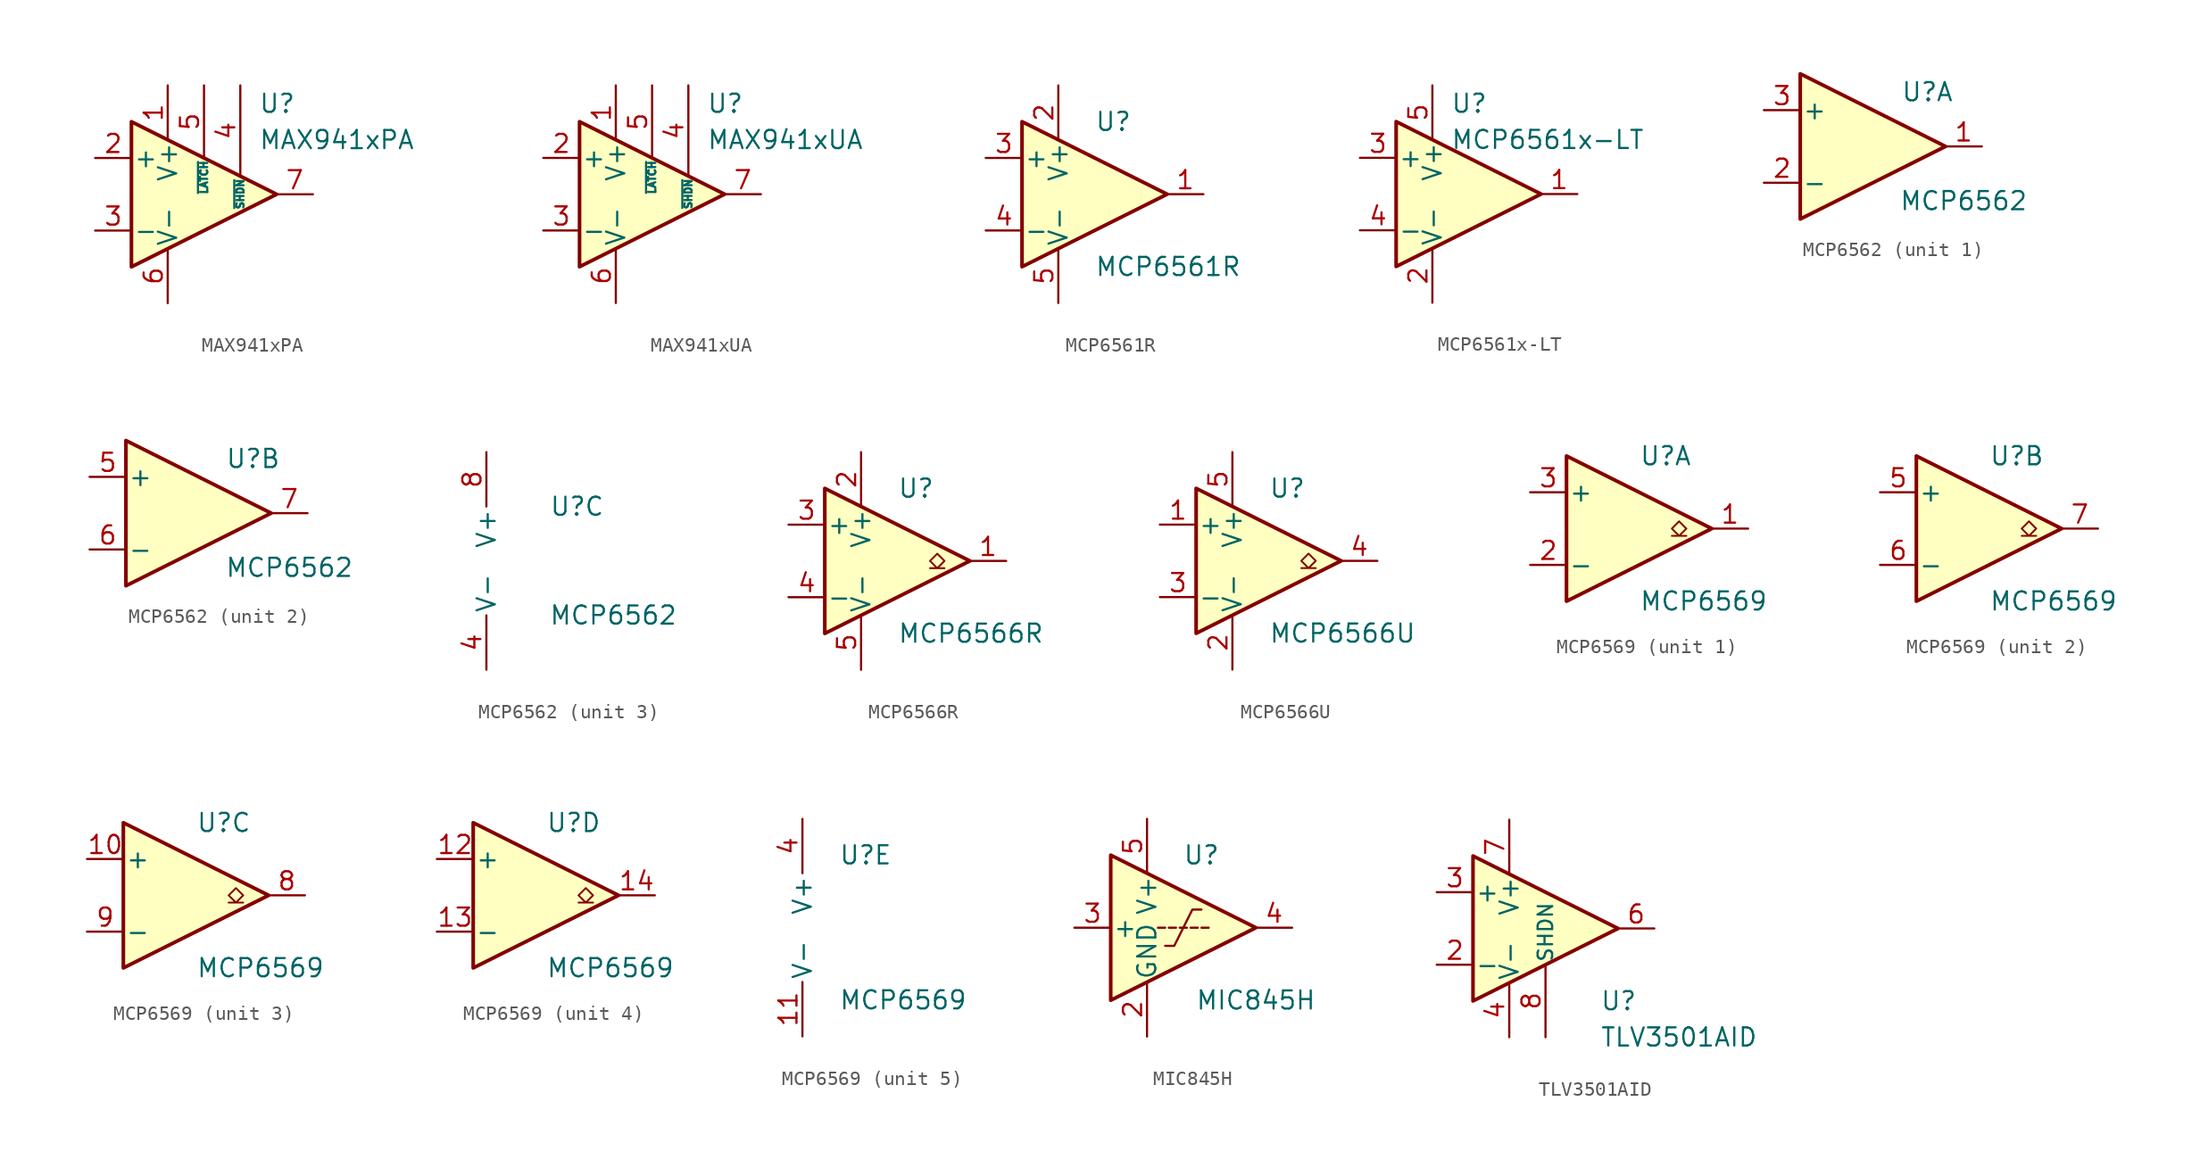
<source format=kicad_sym>
(kicad_symbol_lib
  (version 20231120)
  (generator "kicad_symbol_editor")
  (generator_version "8.0")
  (symbol "MAX941xPA"
    (pin_names
      (offset 0.127))
    (property "Reference" "U"
      (at 3.81 6.35 0)
      (effects (font (size 1.27 1.27)) (justify left)))
    (property "Value" "MAX941xPA"
      (at 3.81 3.81 0)
      (effects (font (size 1.27 1.27)) (justify left)))
    (symbol "MAX941xPA_0_1"
      (polyline (pts (xy -5.08 5.08) (xy -5.08 -5.08) (xy 5.08 0) (xy -5.08 5.08)) (stroke (width 0.254) (type default)) (fill (type background))))
    (symbol "MAX941xPA_1_1"
      (pin power_in line (at -2.54 7.62 270) (length 3.81) (name "V+" (effects (font (size 1.27 1.27)))) (number "1" (effects (font (size 1.27 1.27)))))
      (pin input line (at -7.62 2.54 0) (length 2.54) (name "+" (effects (font (size 1.27 1.27)))) (number "2" (effects (font (size 1.27 1.27)))))
      (pin input line (at -7.62 -2.54 0) (length 2.54) (name "-" (effects (font (size 1.27 1.27)))) (number "3" (effects (font (size 1.27 1.27)))))
      (pin input line (at 2.54 7.62 270) (length 6.35) (name "~{SHDN}" (effects (font (size 0.508 0.508)))) (number "4" (effects (font (size 1.27 1.27)))))
      (pin input line (at 0 7.62 270) (length 5.08) (name "~{LATCH}" (effects (font (size 0.508 0.508)))) (number "5" (effects (font (size 1.27 1.27)))))
      (pin power_in line (at -2.54 -7.62 90) (length 3.81) (name "V-" (effects (font (size 1.27 1.27)))) (number "6" (effects (font (size 1.27 1.27)))))
      (pin output line (at 7.62 0 180) (length 2.54) (name "~" (effects (font (size 1.27 1.27)))) (number "7" (effects (font (size 1.27 1.27)))))
      (pin no_connect line (at 0 -2.54 90) (length 2.54) hide (name "NC" (effects (font (size 0.508 0.508)))) (number "8" (effects (font (size 1.27 1.27)))))))
  (symbol "MAX941xUA"
    (pin_names
      (offset 0.127))
    (property "Reference" "U"
      (at 3.81 6.35 0)
      (effects (font (size 1.27 1.27)) (justify left)))
    (property "Value" "MAX941xUA"
      (at 3.81 3.81 0)
      (effects (font (size 1.27 1.27)) (justify left)))
    (symbol "MAX941xUA_0_1"
      (polyline (pts (xy -5.08 5.08) (xy -5.08 -5.08) (xy 5.08 0) (xy -5.08 5.08)) (stroke (width 0.254) (type default)) (fill (type background))))
    (symbol "MAX941xUA_1_1"
      (pin power_in line (at -2.54 7.62 270) (length 3.81) (name "V+" (effects (font (size 1.27 1.27)))) (number "1" (effects (font (size 1.27 1.27)))))
      (pin input line (at -7.62 2.54 0) (length 2.54) (name "+" (effects (font (size 1.27 1.27)))) (number "2" (effects (font (size 1.27 1.27)))))
      (pin input line (at -7.62 -2.54 0) (length 2.54) (name "-" (effects (font (size 1.27 1.27)))) (number "3" (effects (font (size 1.27 1.27)))))
      (pin input line (at 2.54 7.62 270) (length 6.35) (name "~{SHDN}" (effects (font (size 0.508 0.508)))) (number "4" (effects (font (size 1.27 1.27)))))
      (pin input line (at 0 7.62 270) (length 5.08) (name "~{LATCH}" (effects (font (size 0.508 0.508)))) (number "5" (effects (font (size 1.27 1.27)))))
      (pin power_in line (at -2.54 -7.62 90) (length 3.81) (name "V-" (effects (font (size 1.27 1.27)))) (number "6" (effects (font (size 1.27 1.27)))))
      (pin output line (at 7.62 0 180) (length 2.54) (name "~" (effects (font (size 1.27 1.27)))) (number "7" (effects (font (size 1.27 1.27)))))
      (pin no_connect line (at 0 -2.54 90) (length 2.54) hide (name "NC" (effects (font (size 0.508 0.508)))) (number "8" (effects (font (size 1.27 1.27)))))))
  (symbol "MCP6561R"
    (pin_names
      (offset 0.127))
    (property "Reference" "U"
      (at 0 5.08 0)
      (effects (font (size 1.27 1.27)) (justify left)))
    (property "Value" "MCP6561R"
      (at 0 -5.08 0)
      (effects (font (size 1.27 1.27)) (justify left)))
    (symbol "MCP6561R_0_1"
      (polyline (pts (xy -5.08 5.08) (xy 5.08 0) (xy -5.08 -5.08) (xy -5.08 5.08)) (stroke (width 0.254) (type default)) (fill (type background)))
      (pin power_in line (at -2.54 7.62 270) (length 3.81) (name "V+" (effects (font (size 1.27 1.27)))) (number "2" (effects (font (size 1.27 1.27)))))
      (pin power_in line (at -2.54 -7.62 90) (length 3.81) (name "V-" (effects (font (size 1.27 1.27)))) (number "5" (effects (font (size 1.27 1.27))))))
    (symbol "MCP6561R_1_1"
      (pin output line (at 7.62 0 180) (length 2.54) (name "~" (effects (font (size 1.27 1.27)))) (number "1" (effects (font (size 1.27 1.27)))))
      (pin input line (at -7.62 2.54 0) (length 2.54) (name "+" (effects (font (size 1.27 1.27)))) (number "3" (effects (font (size 1.27 1.27)))))
      (pin input line (at -7.62 -2.54 0) (length 2.54) (name "-" (effects (font (size 1.27 1.27)))) (number "4" (effects (font (size 1.27 1.27)))))))
  (symbol "MCP6561x-LT"
    (pin_names
      (offset 0.127))
    (property "Reference" "U"
      (at -1.27 6.35 0)
      (effects (font (size 1.27 1.27)) (justify left)))
    (property "Value" "MCP6561x-LT"
      (at -1.27 3.81 0)
      (effects (font (size 1.27 1.27)) (justify left)))
    (symbol "MCP6561x-LT_0_1"
      (polyline (pts (xy -5.08 5.08) (xy 5.08 0) (xy -5.08 -5.08) (xy -5.08 5.08)) (stroke (width 0.254) (type default)) (fill (type background)))
      (pin power_in line (at -2.54 -7.62 90) (length 3.81) (name "V-" (effects (font (size 1.27 1.27)))) (number "2" (effects (font (size 1.27 1.27)))))
      (pin power_in line (at -2.54 7.62 270) (length 3.81) (name "V+" (effects (font (size 1.27 1.27)))) (number "5" (effects (font (size 1.27 1.27))))))
    (symbol "MCP6561x-LT_1_1"
      (pin output line (at 7.62 0 180) (length 2.54) (name "~" (effects (font (size 1.27 1.27)))) (number "1" (effects (font (size 1.27 1.27)))))
      (pin input line (at -7.62 2.54 0) (length 2.54) (name "+" (effects (font (size 1.27 1.27)))) (number "3" (effects (font (size 1.27 1.27)))))
      (pin input line (at -7.62 -2.54 0) (length 2.54) (name "-" (effects (font (size 1.27 1.27)))) (number "4" (effects (font (size 1.27 1.27)))))))
  (symbol "MCP6562"
    (pin_names
      (offset 0.127))
    (property "Reference" "U"
      (at 3.81 3.81 0)
      (effects (font (size 1.27 1.27))))
    (property "Value" "MCP6562"
      (at 6.35 -3.81 0)
      (effects (font (size 1.27 1.27))))
    (property "ki_locked" ""
      (at 0 0 0)
      (effects (font (size 1.27 1.27))))
    (symbol "MCP6562_1_1"
      (polyline (pts (xy -5.08 5.08) (xy 5.08 0) (xy -5.08 -5.08) (xy -5.08 5.08)) (stroke (width 0.254) (type default)) (fill (type background)))
      (pin output line (at 7.62 0 180) (length 2.54) (name "~" (effects (font (size 1.27 1.27)))) (number "1" (effects (font (size 1.27 1.27)))))
      (pin input line (at -7.62 -2.54 0) (length 2.54) (name "-" (effects (font (size 1.27 1.27)))) (number "2" (effects (font (size 1.27 1.27)))))
      (pin input line (at -7.62 2.54 0) (length 2.54) (name "+" (effects (font (size 1.27 1.27)))) (number "3" (effects (font (size 1.27 1.27))))))
    (symbol "MCP6562_2_1"
      (polyline (pts (xy -5.08 5.08) (xy 5.08 0) (xy -5.08 -5.08) (xy -5.08 5.08)) (stroke (width 0.254) (type default)) (fill (type background)))
      (pin input line (at -7.62 2.54 0) (length 2.54) (name "+" (effects (font (size 1.27 1.27)))) (number "5" (effects (font (size 1.27 1.27)))))
      (pin input line (at -7.62 -2.54 0) (length 2.54) (name "-" (effects (font (size 1.27 1.27)))) (number "6" (effects (font (size 1.27 1.27)))))
      (pin output line (at 7.62 0 180) (length 2.54) (name "~" (effects (font (size 1.27 1.27)))) (number "7" (effects (font (size 1.27 1.27))))))
    (symbol "MCP6562_3_1"
      (pin power_in line (at -2.54 -7.62 90) (length 3.81) (name "V-" (effects (font (size 1.27 1.27)))) (number "4" (effects (font (size 1.27 1.27)))))
      (pin power_in line (at -2.54 7.62 270) (length 3.81) (name "V+" (effects (font (size 1.27 1.27)))) (number "8" (effects (font (size 1.27 1.27)))))))
  (symbol "MCP6566R"
    (pin_names
      (offset 0.127))
    (property "Reference" "U"
      (at 0 5.08 0)
      (effects (font (size 1.27 1.27)) (justify left)))
    (property "Value" "MCP6566R"
      (at 0 -5.08 0)
      (effects (font (size 1.27 1.27)) (justify left)))
    (symbol "MCP6566R_0_1"
      (polyline (pts (xy -5.08 5.08) (xy 5.08 0) (xy -5.08 -5.08) (xy -5.08 5.08)) (stroke (width 0.254) (type default)) (fill (type background)))
      (polyline (pts (xy 3.302 -0.508) (xy 2.794 -0.508) (xy 3.302 0) (xy 2.794 0.508) (xy 2.286 0) (xy 2.794 -0.508) (xy 2.286 -0.508)) (stroke (width 0.127) (type default)) (fill (type none)))
      (pin power_in line (at -2.54 7.62 270) (length 3.81) (name "V+" (effects (font (size 1.27 1.27)))) (number "2" (effects (font (size 1.27 1.27)))))
      (pin power_in line (at -2.54 -7.62 90) (length 3.81) (name "V-" (effects (font (size 1.27 1.27)))) (number "5" (effects (font (size 1.27 1.27))))))
    (symbol "MCP6566R_1_1"
      (pin open_collector line (at 7.62 0 180) (length 2.54) (name "~" (effects (font (size 1.27 1.27)))) (number "1" (effects (font (size 1.27 1.27)))))
      (pin input line (at -7.62 2.54 0) (length 2.54) (name "+" (effects (font (size 1.27 1.27)))) (number "3" (effects (font (size 1.27 1.27)))))
      (pin input line (at -7.62 -2.54 0) (length 2.54) (name "-" (effects (font (size 1.27 1.27)))) (number "4" (effects (font (size 1.27 1.27)))))))
  (symbol "MCP6566U"
    (pin_names
      (offset 0.127))
    (property "Reference" "U"
      (at 0 5.08 0)
      (effects (font (size 1.27 1.27)) (justify left)))
    (property "Value" "MCP6566U"
      (at 0 -5.08 0)
      (effects (font (size 1.27 1.27)) (justify left)))
    (symbol "MCP6566U_0_1"
      (polyline (pts (xy -5.08 5.08) (xy 5.08 0) (xy -5.08 -5.08) (xy -5.08 5.08)) (stroke (width 0.254) (type default)) (fill (type background)))
      (polyline (pts (xy 3.302 -0.508) (xy 2.794 -0.508) (xy 3.302 0) (xy 2.794 0.508) (xy 2.286 0) (xy 2.794 -0.508) (xy 2.286 -0.508)) (stroke (width 0.127) (type default)) (fill (type none)))
      (pin power_in line (at -2.54 -7.62 90) (length 3.81) (name "V-" (effects (font (size 1.27 1.27)))) (number "2" (effects (font (size 1.27 1.27)))))
      (pin power_in line (at -2.54 7.62 270) (length 3.81) (name "V+" (effects (font (size 1.27 1.27)))) (number "5" (effects (font (size 1.27 1.27))))))
    (symbol "MCP6566U_1_1"
      (pin input line (at -7.62 2.54 0) (length 2.54) (name "+" (effects (font (size 1.27 1.27)))) (number "1" (effects (font (size 1.27 1.27)))))
      (pin input line (at -7.62 -2.54 0) (length 2.54) (name "-" (effects (font (size 1.27 1.27)))) (number "3" (effects (font (size 1.27 1.27)))))
      (pin open_collector line (at 7.62 0 180) (length 2.54) (name "~" (effects (font (size 1.27 1.27)))) (number "4" (effects (font (size 1.27 1.27)))))))
  (symbol "MCP6569"
    (pin_names
      (offset 0.127))
    (property "Reference" "U"
      (at 0 5.08 0)
      (effects (font (size 1.27 1.27)) (justify left)))
    (property "Value" "MCP6569"
      (at 0 -5.08 0)
      (effects (font (size 1.27 1.27)) (justify left)))
    (property "ki_locked" ""
      (at 0 0 0)
      (effects (font (size 1.27 1.27))))
    (symbol "MCP6569_1_1"
      (polyline (pts (xy -5.08 5.08) (xy 5.08 0) (xy -5.08 -5.08) (xy -5.08 5.08)) (stroke (width 0.254) (type default)) (fill (type background)))
      (polyline (pts (xy 3.302 -0.508) (xy 2.794 -0.508) (xy 3.302 0) (xy 2.794 0.508) (xy 2.286 0) (xy 2.794 -0.508) (xy 2.286 -0.508)) (stroke (width 0.127) (type default)) (fill (type none)))
      (pin open_collector line (at 7.62 0 180) (length 2.54) (name "~" (effects (font (size 1.27 1.27)))) (number "1" (effects (font (size 1.27 1.27)))))
      (pin input line (at -7.62 -2.54 0) (length 2.54) (name "-" (effects (font (size 1.27 1.27)))) (number "2" (effects (font (size 1.27 1.27)))))
      (pin input line (at -7.62 2.54 0) (length 2.54) (name "+" (effects (font (size 1.27 1.27)))) (number "3" (effects (font (size 1.27 1.27))))))
    (symbol "MCP6569_2_1"
      (polyline (pts (xy -5.08 5.08) (xy 5.08 0) (xy -5.08 -5.08) (xy -5.08 5.08)) (stroke (width 0.254) (type default)) (fill (type background)))
      (polyline (pts (xy 3.302 -0.508) (xy 2.794 -0.508) (xy 3.302 0) (xy 2.794 0.508) (xy 2.286 0) (xy 2.794 -0.508) (xy 2.286 -0.508)) (stroke (width 0.127) (type default)) (fill (type none)))
      (pin input line (at -7.62 2.54 0) (length 2.54) (name "+" (effects (font (size 1.27 1.27)))) (number "5" (effects (font (size 1.27 1.27)))))
      (pin input line (at -7.62 -2.54 0) (length 2.54) (name "-" (effects (font (size 1.27 1.27)))) (number "6" (effects (font (size 1.27 1.27)))))
      (pin open_collector line (at 7.62 0 180) (length 2.54) (name "~" (effects (font (size 1.27 1.27)))) (number "7" (effects (font (size 1.27 1.27))))))
    (symbol "MCP6569_3_1"
      (polyline (pts (xy -5.08 5.08) (xy 5.08 0) (xy -5.08 -5.08) (xy -5.08 5.08)) (stroke (width 0.254) (type default)) (fill (type background)))
      (polyline (pts (xy 3.302 -0.508) (xy 2.794 -0.508) (xy 3.302 0) (xy 2.794 0.508) (xy 2.286 0) (xy 2.794 -0.508) (xy 2.286 -0.508)) (stroke (width 0.127) (type default)) (fill (type none)))
      (pin input line (at -7.62 2.54 0) (length 2.54) (name "+" (effects (font (size 1.27 1.27)))) (number "10" (effects (font (size 1.27 1.27)))))
      (pin open_collector line (at 7.62 0 180) (length 2.54) (name "~" (effects (font (size 1.27 1.27)))) (number "8" (effects (font (size 1.27 1.27)))))
      (pin input line (at -7.62 -2.54 0) (length 2.54) (name "-" (effects (font (size 1.27 1.27)))) (number "9" (effects (font (size 1.27 1.27))))))
    (symbol "MCP6569_4_1"
      (polyline (pts (xy -5.08 5.08) (xy 5.08 0) (xy -5.08 -5.08) (xy -5.08 5.08)) (stroke (width 0.254) (type default)) (fill (type background)))
      (polyline (pts (xy 3.302 -0.508) (xy 2.794 -0.508) (xy 3.302 0) (xy 2.794 0.508) (xy 2.286 0) (xy 2.794 -0.508) (xy 2.286 -0.508)) (stroke (width 0.127) (type default)) (fill (type none)))
      (pin input line (at -7.62 2.54 0) (length 2.54) (name "+" (effects (font (size 1.27 1.27)))) (number "12" (effects (font (size 1.27 1.27)))))
      (pin input line (at -7.62 -2.54 0) (length 2.54) (name "-" (effects (font (size 1.27 1.27)))) (number "13" (effects (font (size 1.27 1.27)))))
      (pin open_collector line (at 7.62 0 180) (length 2.54) (name "~" (effects (font (size 1.27 1.27)))) (number "14" (effects (font (size 1.27 1.27))))))
    (symbol "MCP6569_5_1"
      (pin power_in line (at -2.54 -7.62 90) (length 3.81) (name "V-" (effects (font (size 1.27 1.27)))) (number "11" (effects (font (size 1.27 1.27)))))
      (pin power_in line (at -2.54 7.62 270) (length 3.81) (name "V+" (effects (font (size 1.27 1.27)))) (number "4" (effects (font (size 1.27 1.27)))))))
  (symbol "MIC845H"
    (pin_names
      (offset 0.127))
    (property "Reference" "U"
      (at 3.81 5.08 0)
      (effects (font (size 1.27 1.27))))
    (property "Value" "MIC845H"
      (at 7.62 -5.08 0)
      (effects (font (size 1.27 1.27))))
    (symbol "MIC845H_0_1"
      (polyline (pts (xy 1.27 0) (xy 0.762 0)) (stroke (width 0) (type default)) (fill (type none)))
      (polyline (pts (xy 2.032 0) (xy 1.524 0)) (stroke (width 0) (type default)) (fill (type none)))
      (polyline (pts (xy 2.286 0) (xy 2.794 0)) (stroke (width 0) (type default)) (fill (type none)))
      (polyline (pts (xy 3.048 0) (xy 3.556 0)) (stroke (width 0) (type default)) (fill (type none)))
      (polyline (pts (xy 3.81 0) (xy 4.318 0)) (stroke (width 0) (type default)) (fill (type none)))
      (polyline (pts (xy -2.54 5.08) (xy 7.62 0) (xy -2.54 -5.08) (xy -2.54 5.08)) (stroke (width 0.254) (type default)) (fill (type background)))
      (polyline (pts (xy 1.27 -1.27) (xy 1.905 -1.27) (xy 3.175 1.27) (xy 3.81 1.27)) (stroke (width 0) (type default)) (fill (type none))))
    (symbol "MIC845H_1_1"
      (pin no_connect line (at -2.54 0 0) (length 2.54) hide (name "NIC" (effects (font (size 1.27 1.27)))) (number "1" (effects (font (size 1.27 1.27)))))
      (pin power_in line (at 0 -7.62 90) (length 3.81) (name "GND" (effects (font (size 1.27 1.27)))) (number "2" (effects (font (size 1.27 1.27)))))
      (pin input line (at -5.08 0 0) (length 2.54) (name "+" (effects (font (size 1.27 1.27)))) (number "3" (effects (font (size 1.27 1.27)))))
      (pin output line (at 10.16 0 180) (length 2.54) (name "~" (effects (font (size 1.27 1.27)))) (number "4" (effects (font (size 1.27 1.27)))))
      (pin power_in line (at 0 7.62 270) (length 3.81) (name "V+" (effects (font (size 1.27 1.27)))) (number "5" (effects (font (size 1.27 1.27)))))))
  (symbol "TLV3501AID"
    (pin_names
      (offset 0.127))
    (property "Reference" "U"
      (at 3.81 -5.08 0)
      (effects (font (size 1.27 1.27)) (justify left)))
    (property "Value" "TLV3501AID"
      (at 3.81 -7.62 0)
      (effects (font (size 1.27 1.27)) (justify left)))
    (symbol "TLV3501AID_1_1"
      (polyline (pts (xy -5.08 5.08) (xy 5.08 0) (xy -5.08 -5.08) (xy -5.08 5.08)) (stroke (width 0.254) (type default)) (fill (type background)))
      (pin no_connect line (at -5.08 5.08 180) (length 0) hide (name "NC" (effects (font (size 1.27 1.27)))) (number "1" (effects (font (size 1.27 1.27)))))
      (pin input line (at -7.62 -2.54 0) (length 2.54) (name "-" (effects (font (size 1.27 1.27)))) (number "2" (effects (font (size 1.27 1.27)))))
      (pin input line (at -7.62 2.54 0) (length 2.54) (name "+" (effects (font (size 1.27 1.27)))) (number "3" (effects (font (size 1.27 1.27)))))
      (pin power_in line (at -2.54 -7.62 90) (length 3.81) (name "V-" (effects (font (size 1.27 1.27)))) (number "4" (effects (font (size 1.27 1.27)))))
      (pin no_connect line (at -5.08 -5.08 180) (length 0) hide (name "NC" (effects (font (size 1.27 1.27)))) (number "5" (effects (font (size 1.27 1.27)))))
      (pin output line (at 7.62 0 180) (length 2.54) (name "~" (effects (font (size 1.27 1.27)))) (number "6" (effects (font (size 1.27 1.27)))))
      (pin power_in line (at -2.54 7.62 270) (length 3.81) (name "V+" (effects (font (size 1.27 1.27)))) (number "7" (effects (font (size 1.27 1.27)))))
      (pin input line (at 0 -7.62 90) (length 5.08) (name "SHDN" (effects (font (size 1.016 1.016)))) (number "8" (effects (font (size 1.27 1.27))))))))
</source>
